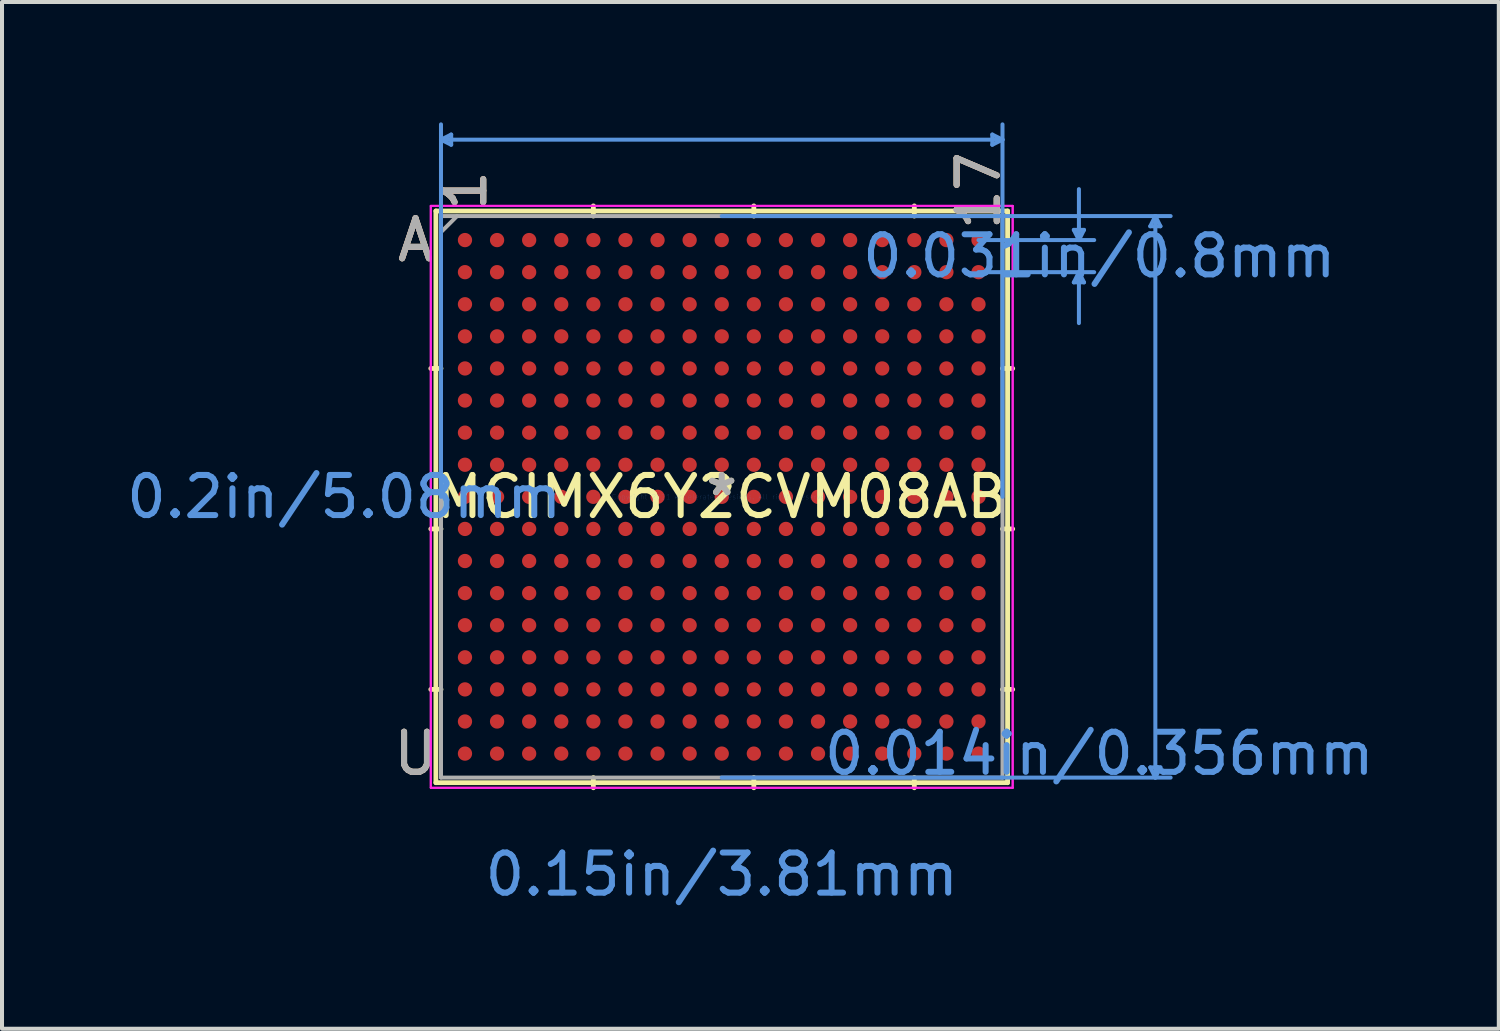
<source format=kicad_pcb>
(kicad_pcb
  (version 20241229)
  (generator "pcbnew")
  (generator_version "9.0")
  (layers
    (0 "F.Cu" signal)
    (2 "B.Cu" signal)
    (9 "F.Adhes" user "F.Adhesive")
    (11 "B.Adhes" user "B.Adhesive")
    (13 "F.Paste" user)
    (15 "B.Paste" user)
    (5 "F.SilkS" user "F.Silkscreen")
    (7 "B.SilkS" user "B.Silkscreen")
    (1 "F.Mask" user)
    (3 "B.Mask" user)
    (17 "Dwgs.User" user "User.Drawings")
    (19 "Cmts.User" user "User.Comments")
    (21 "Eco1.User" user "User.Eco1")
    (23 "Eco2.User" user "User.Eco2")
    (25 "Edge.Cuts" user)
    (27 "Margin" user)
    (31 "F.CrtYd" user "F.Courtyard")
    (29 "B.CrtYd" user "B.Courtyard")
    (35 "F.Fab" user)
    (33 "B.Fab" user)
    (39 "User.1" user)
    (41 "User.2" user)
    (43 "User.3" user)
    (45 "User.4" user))
  (footprint "MCIMX6Y2CVM08AB"
    (layer "F.Cu")
    (at 14.94 9.334)
    (property "Reference" "MCIMX6Y2CVM08AB" (at 0 0 0) (layer "F.SilkS") (effects (font (size 1 1) (thickness 0.15))))
    (attr through_hole)
    (fp_line (start -7.125 -7.125) (end -7.125 7.125) (stroke (width 0.12) (type solid)) (layer "F.SilkS"))
    (fp_line (start -7.125 7.125) (end 7.125 7.125) (stroke (width 0.12) (type solid)) (layer "F.SilkS"))
    (fp_line (start -6.998 -3.2) (end -7.252 -3.2) (stroke (width 0.12) (type solid)) (layer "F.SilkS"))
    (fp_line (start -6.998 0.8) (end -7.252 0.8) (stroke (width 0.12) (type solid)) (layer "F.SilkS"))
    (fp_line (start -6.998 4.8) (end -7.252 4.8) (stroke (width 0.12) (type solid)) (layer "F.SilkS"))
    (fp_line (start -3.2 -6.998) (end -3.2 -7.252) (stroke (width 0.12) (type solid)) (layer "F.SilkS"))
    (fp_line (start -3.2 6.998) (end -3.2 7.252) (stroke (width 0.12) (type solid)) (layer "F.SilkS"))
    (fp_line (start 0.8 -6.998) (end 0.8 -7.252) (stroke (width 0.12) (type solid)) (layer "F.SilkS"))
    (fp_line (start 0.8 6.998) (end 0.8 7.252) (stroke (width 0.12) (type solid)) (layer "F.SilkS"))
    (fp_line (start 4.8 -6.998) (end 4.8 -7.252) (stroke (width 0.12) (type solid)) (layer "F.SilkS"))
    (fp_line (start 4.8 6.998) (end 4.8 7.252) (stroke (width 0.12) (type solid)) (layer "F.SilkS"))
    (fp_line (start 6.998 -3.2) (end 7.252 -3.2) (stroke (width 0.12) (type solid)) (layer "F.SilkS"))
    (fp_line (start 6.998 0.8) (end 7.252 0.8) (stroke (width 0.12) (type solid)) (layer "F.SilkS"))
    (fp_line (start 6.998 4.8) (end 7.252 4.8) (stroke (width 0.12) (type solid)) (layer "F.SilkS"))
    (fp_line (start 7.125 -7.125) (end -7.125 -7.125) (stroke (width 0.12) (type solid)) (layer "F.SilkS"))
    (fp_line (start 7.125 7.125) (end 7.125 -7.125) (stroke (width 0.12) (type solid)) (layer "F.SilkS"))
    (fp_line (start -6.998 -8.903) (end -6.744 -9.03) (stroke (width 0.1) (type solid)) (layer "Cmts.User"))
    (fp_line (start -6.998 -8.903) (end -6.744 -8.776) (stroke (width 0.1) (type solid)) (layer "Cmts.User"))
    (fp_line (start -6.998 -8.903) (end 6.998 -8.903) (stroke (width 0.1) (type solid)) (layer "Cmts.User"))
    (fp_line (start -6.998 0) (end -6.998 -9.284) (stroke (width 0.1) (type solid)) (layer "Cmts.User"))
    (fp_line (start -6.744 -9.03) (end -6.744 -8.776) (stroke (width 0.1) (type solid)) (layer "Cmts.User"))
    (fp_line (start 0 -6.998) (end 11.189 -6.998) (stroke (width 0.1) (type solid)) (layer "Cmts.User"))
    (fp_line (start 0 6.998) (end 11.189 6.998) (stroke (width 0.1) (type solid)) (layer "Cmts.User"))
    (fp_line (start 6.4 -6.4) (end 9.284 -6.4) (stroke (width 0.1) (type solid)) (layer "Cmts.User"))
    (fp_line (start 6.4 -5.6) (end 9.284 -5.6) (stroke (width 0.1) (type solid)) (layer "Cmts.User"))
    (fp_line (start 6.744 -9.03) (end 6.744 -8.776) (stroke (width 0.1) (type solid)) (layer "Cmts.User"))
    (fp_line (start 6.998 -8.903) (end 6.744 -9.03) (stroke (width 0.1) (type solid)) (layer "Cmts.User"))
    (fp_line (start 6.998 -8.903) (end 6.744 -8.776) (stroke (width 0.1) (type solid)) (layer "Cmts.User"))
    (fp_line (start 6.998 0) (end 6.998 -9.284) (stroke (width 0.1) (type solid)) (layer "Cmts.User"))
    (fp_line (start 8.776 -6.654) (end 9.03 -6.654) (stroke (width 0.1) (type solid)) (layer "Cmts.User"))
    (fp_line (start 8.776 -5.346) (end 9.03 -5.346) (stroke (width 0.1) (type solid)) (layer "Cmts.User"))
    (fp_line (start 8.903 -6.4) (end 8.776 -6.654) (stroke (width 0.1) (type solid)) (layer "Cmts.User"))
    (fp_line (start 8.903 -6.4) (end 8.903 -7.67) (stroke (width 0.1) (type solid)) (layer "Cmts.User"))
    (fp_line (start 8.903 -6.4) (end 9.03 -6.654) (stroke (width 0.1) (type solid)) (layer "Cmts.User"))
    (fp_line (start 8.903 -5.6) (end 8.776 -5.346) (stroke (width 0.1) (type solid)) (layer "Cmts.User"))
    (fp_line (start 8.903 -5.6) (end 8.903 -4.33) (stroke (width 0.1) (type solid)) (layer "Cmts.User"))
    (fp_line (start 8.903 -5.6) (end 9.03 -5.346) (stroke (width 0.1) (type solid)) (layer "Cmts.User"))
    (fp_line (start 10.681 -6.744) (end 10.935 -6.744) (stroke (width 0.1) (type solid)) (layer "Cmts.User"))
    (fp_line (start 10.681 6.744) (end 10.935 6.744) (stroke (width 0.1) (type solid)) (layer "Cmts.User"))
    (fp_line (start 10.808 -6.998) (end 10.681 -6.744) (stroke (width 0.1) (type solid)) (layer "Cmts.User"))
    (fp_line (start 10.808 -6.998) (end 10.808 6.998) (stroke (width 0.1) (type solid)) (layer "Cmts.User"))
    (fp_line (start 10.808 -6.998) (end 10.935 -6.744) (stroke (width 0.1) (type solid)) (layer "Cmts.User"))
    (fp_line (start 10.808 6.998) (end 10.681 6.744) (stroke (width 0.1) (type solid)) (layer "Cmts.User"))
    (fp_line (start 10.808 6.998) (end 10.935 6.744) (stroke (width 0.1) (type solid)) (layer "Cmts.User"))
    (fp_line (start -7.252 -7.252) (end 7.252 -7.252) (stroke (width 0.05) (type solid)) (layer "F.CrtYd"))
    (fp_line (start -7.252 -7.252) (end 7.252 -7.252) (stroke (width 0.05) (type solid)) (layer "F.CrtYd"))
    (fp_line (start -7.252 7.252) (end -7.252 -7.252) (stroke (width 0.05) (type solid)) (layer "F.CrtYd"))
    (fp_line (start -7.252 7.252) (end -7.252 -7.252) (stroke (width 0.05) (type solid)) (layer "F.CrtYd"))
    (fp_line (start 7.252 -7.252) (end 7.252 7.252) (stroke (width 0.05) (type solid)) (layer "F.CrtYd"))
    (fp_line (start 7.252 -7.252) (end 7.252 7.252) (stroke (width 0.05) (type solid)) (layer "F.CrtYd"))
    (fp_line (start 7.252 7.252) (end -7.252 7.252) (stroke (width 0.05) (type solid)) (layer "F.CrtYd"))
    (fp_line (start 7.252 7.252) (end -7.252 7.252) (stroke (width 0.05) (type solid)) (layer "F.CrtYd"))
    (fp_line (start -6.998 -6.998) (end -6.998 6.998) (stroke (width 0.1) (type solid)) (layer "F.Fab"))
    (fp_line (start -6.998 6.998) (end 6.998 6.998) (stroke (width 0.1) (type solid)) (layer "F.Fab"))
    (fp_line (start -6.598 -6.998) (end -6.998 -6.598) (stroke (width 0.1) (type solid)) (layer "F.Fab"))
    (fp_line (start 6.998 -6.998) (end -6.998 -6.998) (stroke (width 0.1) (type solid)) (layer "F.Fab"))
    (fp_line (start 6.998 6.998) (end 6.998 -6.998) (stroke (width 0.1) (type solid)) (layer "F.Fab"))
    (fp_text user "A" (at -7.633 -6.4 0) (layer "F.SilkS") (effects (font (size 1 1) (thickness 0.15))))
    (fp_text user "1" (at -6.4 -7.633 90) (layer "F.SilkS") (effects (font (size 1 1) (thickness 0.15))))
    (fp_text user "17" (at 6.4 -7.633 90) (layer "F.SilkS") (effects (font (size 1 1) (thickness 0.15))))
    (fp_text user "*" (at 0 0 0) (layer "F.SilkS") (effects (font (size 1 1) (thickness 0.15))))
    (fp_text user "U" (at -7.633 6.4 0) (layer "F.SilkS") (effects (font (size 1 1) (thickness 0.15))))
    (fp_text user "A" (at -7.633 -6.4 0) (layer "B.SilkS") (effects (font (size 1 1) (thickness 0.15))))
    (fp_text user "17" (at 6.4 -7.633 90) (layer "B.SilkS") (effects (font (size 1 1) (thickness 0.15))))
    (fp_text user "1" (at -6.4 -7.633 90) (layer "B.SilkS") (effects (font (size 1 1) (thickness 0.15))))
    (fp_text user "U" (at -7.633 6.4 0) (layer "B.SilkS") (effects (font (size 1 1) (thickness 0.15))))
    (fp_text user "0.014in/0.356mm" (at 9.411 6.4 0) (layer "Cmts.User") (effects (font (size 1 1) (thickness 0.15))))
    (fp_text user "0.15in/3.81mm" (at 0 9.411 0) (layer "Cmts.User") (effects (font (size 1 1) (thickness 0.15))))
    (fp_text user "0.031in/0.8mm" (at 9.411 -6 0) (layer "Cmts.User") (effects (font (size 1 1) (thickness 0.15))))
    (fp_text user "Copyright 2021 Accelerated Designs. All rights reserved." (at 0 0 0) (layer "Cmts.User") (effects (font (size 0.127 0.127) (thickness 0.002))))
    (fp_text user "0.2in/5.08mm" (at -9.411 0 0) (layer "Cmts.User") (effects (font (size 1 1) (thickness 0.15))))
    (fp_text user "17" (at 6.4 -7.633 90) (layer "F.Fab") (effects (font (size 1 1) (thickness 0.15))))
    (fp_text user "*" (at 0 0 0) (layer "F.Fab") (effects (font (size 1 1) (thickness 0.15))))
    (fp_text user "1" (at -6.4 -7.633 90) (layer "F.Fab") (effects (font (size 1 1) (thickness 0.15))))
    (fp_text user "A" (at -7.633 -6.4 0) (layer "F.Fab") (effects (font (size 1 1) (thickness 0.15))))
    (fp_text user "U" (at -7.633 6.4 0) (layer "F.Fab") (effects (font (size 1 1) (thickness 0.15))))
    (pad "A1" smd circle (at -6.4 -6.4) (size 0.356 0.356) (layers "F.Cu" "F.Mask" "F.Paste"))
    (pad "A2" smd circle (at -5.6 -6.4) (size 0.356 0.356) (layers "F.Cu" "F.Mask" "F.Paste"))
    (pad "A3" smd circle (at -4.8 -6.4) (size 0.356 0.356) (layers "F.Cu" "F.Mask" "F.Paste"))
    (pad "A4" smd circle (at -4 -6.4) (size 0.356 0.356) (layers "F.Cu" "F.Mask" "F.Paste"))
    (pad "A5" smd circle (at -3.2 -6.4) (size 0.356 0.356) (layers "F.Cu" "F.Mask" "F.Paste"))
    (pad "A6" smd circle (at -2.4 -6.4) (size 0.356 0.356) (layers "F.Cu" "F.Mask" "F.Paste"))
    (pad "A7" smd circle (at -1.6 -6.4) (size 0.356 0.356) (layers "F.Cu" "F.Mask" "F.Paste"))
    (pad "A8" smd circle (at -0.8 -6.4) (size 0.356 0.356) (layers "F.Cu" "F.Mask" "F.Paste"))
    (pad "A9" smd circle (at 0 -6.4) (size 0.356 0.356) (layers "F.Cu" "F.Mask" "F.Paste"))
    (pad "A10" smd circle (at 0.8 -6.4) (size 0.356 0.356) (layers "F.Cu" "F.Mask" "F.Paste"))
    (pad "A11" smd circle (at 1.6 -6.4) (size 0.356 0.356) (layers "F.Cu" "F.Mask" "F.Paste"))
    (pad "A12" smd circle (at 2.4 -6.4) (size 0.356 0.356) (layers "F.Cu" "F.Mask" "F.Paste"))
    (pad "A13" smd circle (at 3.2 -6.4) (size 0.356 0.356) (layers "F.Cu" "F.Mask" "F.Paste"))
    (pad "A14" smd circle (at 4 -6.4) (size 0.356 0.356) (layers "F.Cu" "F.Mask" "F.Paste"))
    (pad "A15" smd circle (at 4.8 -6.4) (size 0.356 0.356) (layers "F.Cu" "F.Mask" "F.Paste"))
    (pad "A16" smd circle (at 5.6 -6.4) (size 0.356 0.356) (layers "F.Cu" "F.Mask" "F.Paste"))
    (pad "A17" smd circle (at 6.4 -6.4) (size 0.356 0.356) (layers "F.Cu" "F.Mask" "F.Paste"))
    (pad "B1" smd circle (at -6.4 -5.6) (size 0.356 0.356) (layers "F.Cu" "F.Mask" "F.Paste"))
    (pad "B2" smd circle (at -5.6 -5.6) (size 0.356 0.356) (layers "F.Cu" "F.Mask" "F.Paste"))
    (pad "B3" smd circle (at -4.8 -5.6) (size 0.356 0.356) (layers "F.Cu" "F.Mask" "F.Paste"))
    (pad "B4" smd circle (at -4 -5.6) (size 0.356 0.356) (layers "F.Cu" "F.Mask" "F.Paste"))
    (pad "B5" smd circle (at -3.2 -5.6) (size 0.356 0.356) (layers "F.Cu" "F.Mask" "F.Paste"))
    (pad "B6" smd circle (at -2.4 -5.6) (size 0.356 0.356) (layers "F.Cu" "F.Mask" "F.Paste"))
    (pad "B7" smd circle (at -1.6 -5.6) (size 0.356 0.356) (layers "F.Cu" "F.Mask" "F.Paste"))
    (pad "B8" smd circle (at -0.8 -5.6) (size 0.356 0.356) (layers "F.Cu" "F.Mask" "F.Paste"))
    (pad "B9" smd circle (at 0 -5.6) (size 0.356 0.356) (layers "F.Cu" "F.Mask" "F.Paste"))
    (pad "B10" smd circle (at 0.8 -5.6) (size 0.356 0.356) (layers "F.Cu" "F.Mask" "F.Paste"))
    (pad "B11" smd circle (at 1.6 -5.6) (size 0.356 0.356) (layers "F.Cu" "F.Mask" "F.Paste"))
    (pad "B12" smd circle (at 2.4 -5.6) (size 0.356 0.356) (layers "F.Cu" "F.Mask" "F.Paste"))
    (pad "B13" smd circle (at 3.2 -5.6) (size 0.356 0.356) (layers "F.Cu" "F.Mask" "F.Paste"))
    (pad "B14" smd circle (at 4 -5.6) (size 0.356 0.356) (layers "F.Cu" "F.Mask" "F.Paste"))
    (pad "B15" smd circle (at 4.8 -5.6) (size 0.356 0.356) (layers "F.Cu" "F.Mask" "F.Paste"))
    (pad "B16" smd circle (at 5.6 -5.6) (size 0.356 0.356) (layers "F.Cu" "F.Mask" "F.Paste"))
    (pad "B17" smd circle (at 6.4 -5.6) (size 0.356 0.356) (layers "F.Cu" "F.Mask" "F.Paste"))
    (pad "C1" smd circle (at -6.4 -4.8) (size 0.356 0.356) (layers "F.Cu" "F.Mask" "F.Paste"))
    (pad "C2" smd circle (at -5.6 -4.8) (size 0.356 0.356) (layers "F.Cu" "F.Mask" "F.Paste"))
    (pad "C3" smd circle (at -4.8 -4.8) (size 0.356 0.356) (layers "F.Cu" "F.Mask" "F.Paste"))
    (pad "C4" smd circle (at -4 -4.8) (size 0.356 0.356) (layers "F.Cu" "F.Mask" "F.Paste"))
    (pad "C5" smd circle (at -3.2 -4.8) (size 0.356 0.356) (layers "F.Cu" "F.Mask" "F.Paste"))
    (pad "C6" smd circle (at -2.4 -4.8) (size 0.356 0.356) (layers "F.Cu" "F.Mask" "F.Paste"))
    (pad "C7" smd circle (at -1.6 -4.8) (size 0.356 0.356) (layers "F.Cu" "F.Mask" "F.Paste"))
    (pad "C8" smd circle (at -0.8 -4.8) (size 0.356 0.356) (layers "F.Cu" "F.Mask" "F.Paste"))
    (pad "C9" smd circle (at 0 -4.8) (size 0.356 0.356) (layers "F.Cu" "F.Mask" "F.Paste"))
    (pad "C10" smd circle (at 0.8 -4.8) (size 0.356 0.356) (layers "F.Cu" "F.Mask" "F.Paste"))
    (pad "C11" smd circle (at 1.6 -4.8) (size 0.356 0.356) (layers "F.Cu" "F.Mask" "F.Paste"))
    (pad "C12" smd circle (at 2.4 -4.8) (size 0.356 0.356) (layers "F.Cu" "F.Mask" "F.Paste"))
    (pad "C13" smd circle (at 3.2 -4.8) (size 0.356 0.356) (layers "F.Cu" "F.Mask" "F.Paste"))
    (pad "C14" smd circle (at 4 -4.8) (size 0.356 0.356) (layers "F.Cu" "F.Mask" "F.Paste"))
    (pad "C15" smd circle (at 4.8 -4.8) (size 0.356 0.356) (layers "F.Cu" "F.Mask" "F.Paste"))
    (pad "C16" smd circle (at 5.6 -4.8) (size 0.356 0.356) (layers "F.Cu" "F.Mask" "F.Paste"))
    (pad "C17" smd circle (at 6.4 -4.8) (size 0.356 0.356) (layers "F.Cu" "F.Mask" "F.Paste"))
    (pad "D1" smd circle (at -6.4 -4) (size 0.356 0.356) (layers "F.Cu" "F.Mask" "F.Paste"))
    (pad "D2" smd circle (at -5.6 -4) (size 0.356 0.356) (layers "F.Cu" "F.Mask" "F.Paste"))
    (pad "D3" smd circle (at -4.8 -4) (size 0.356 0.356) (layers "F.Cu" "F.Mask" "F.Paste"))
    (pad "D4" smd circle (at -4 -4) (size 0.356 0.356) (layers "F.Cu" "F.Mask" "F.Paste"))
    (pad "D5" smd circle (at -3.2 -4) (size 0.356 0.356) (layers "F.Cu" "F.Mask" "F.Paste"))
    (pad "D6" smd circle (at -2.4 -4) (size 0.356 0.356) (layers "F.Cu" "F.Mask" "F.Paste"))
    (pad "D7" smd circle (at -1.6 -4) (size 0.356 0.356) (layers "F.Cu" "F.Mask" "F.Paste"))
    (pad "D8" smd circle (at -0.8 -4) (size 0.356 0.356) (layers "F.Cu" "F.Mask" "F.Paste"))
    (pad "D9" smd circle (at 0 -4) (size 0.356 0.356) (layers "F.Cu" "F.Mask" "F.Paste"))
    (pad "D10" smd circle (at 0.8 -4) (size 0.356 0.356) (layers "F.Cu" "F.Mask" "F.Paste"))
    (pad "D11" smd circle (at 1.6 -4) (size 0.356 0.356) (layers "F.Cu" "F.Mask" "F.Paste"))
    (pad "D12" smd circle (at 2.4 -4) (size 0.356 0.356) (layers "F.Cu" "F.Mask" "F.Paste"))
    (pad "D13" smd circle (at 3.2 -4) (size 0.356 0.356) (layers "F.Cu" "F.Mask" "F.Paste"))
    (pad "D14" smd circle (at 4 -4) (size 0.356 0.356) (layers "F.Cu" "F.Mask" "F.Paste"))
    (pad "D15" smd circle (at 4.8 -4) (size 0.356 0.356) (layers "F.Cu" "F.Mask" "F.Paste"))
    (pad "D16" smd circle (at 5.6 -4) (size 0.356 0.356) (layers "F.Cu" "F.Mask" "F.Paste"))
    (pad "D17" smd circle (at 6.4 -4) (size 0.356 0.356) (layers "F.Cu" "F.Mask" "F.Paste"))
    (pad "E1" smd circle (at -6.4 -3.2) (size 0.356 0.356) (layers "F.Cu" "F.Mask" "F.Paste"))
    (pad "E2" smd circle (at -5.6 -3.2) (size 0.356 0.356) (layers "F.Cu" "F.Mask" "F.Paste"))
    (pad "E3" smd circle (at -4.8 -3.2) (size 0.356 0.356) (layers "F.Cu" "F.Mask" "F.Paste"))
    (pad "E4" smd circle (at -4 -3.2) (size 0.356 0.356) (layers "F.Cu" "F.Mask" "F.Paste"))
    (pad "E5" smd circle (at -3.2 -3.2) (size 0.356 0.356) (layers "F.Cu" "F.Mask" "F.Paste"))
    (pad "E6" smd circle (at -2.4 -3.2) (size 0.356 0.356) (layers "F.Cu" "F.Mask" "F.Paste"))
    (pad "E7" smd circle (at -1.6 -3.2) (size 0.356 0.356) (layers "F.Cu" "F.Mask" "F.Paste"))
    (pad "E8" smd circle (at -0.8 -3.2) (size 0.356 0.356) (layers "F.Cu" "F.Mask" "F.Paste"))
    (pad "E9" smd circle (at 0 -3.2) (size 0.356 0.356) (layers "F.Cu" "F.Mask" "F.Paste"))
    (pad "E10" smd circle (at 0.8 -3.2) (size 0.356 0.356) (layers "F.Cu" "F.Mask" "F.Paste"))
    (pad "E11" smd circle (at 1.6 -3.2) (size 0.356 0.356) (layers "F.Cu" "F.Mask" "F.Paste"))
    (pad "E12" smd circle (at 2.4 -3.2) (size 0.356 0.356) (layers "F.Cu" "F.Mask" "F.Paste"))
    (pad "E13" smd circle (at 3.2 -3.2) (size 0.356 0.356) (layers "F.Cu" "F.Mask" "F.Paste"))
    (pad "E14" smd circle (at 4 -3.2) (size 0.356 0.356) (layers "F.Cu" "F.Mask" "F.Paste"))
    (pad "E15" smd circle (at 4.8 -3.2) (size 0.356 0.356) (layers "F.Cu" "F.Mask" "F.Paste"))
    (pad "E16" smd circle (at 5.6 -3.2) (size 0.356 0.356) (layers "F.Cu" "F.Mask" "F.Paste"))
    (pad "E17" smd circle (at 6.4 -3.2) (size 0.356 0.356) (layers "F.Cu" "F.Mask" "F.Paste"))
    (pad "F1" smd circle (at -6.4 -2.4) (size 0.356 0.356) (layers "F.Cu" "F.Mask" "F.Paste"))
    (pad "F2" smd circle (at -5.6 -2.4) (size 0.356 0.356) (layers "F.Cu" "F.Mask" "F.Paste"))
    (pad "F3" smd circle (at -4.8 -2.4) (size 0.356 0.356) (layers "F.Cu" "F.Mask" "F.Paste"))
    (pad "F4" smd circle (at -4 -2.4) (size 0.356 0.356) (layers "F.Cu" "F.Mask" "F.Paste"))
    (pad "F5" smd circle (at -3.2 -2.4) (size 0.356 0.356) (layers "F.Cu" "F.Mask" "F.Paste"))
    (pad "F6" smd circle (at -2.4 -2.4) (size 0.356 0.356) (layers "F.Cu" "F.Mask" "F.Paste"))
    (pad "F7" smd circle (at -1.6 -2.4) (size 0.356 0.356) (layers "F.Cu" "F.Mask" "F.Paste"))
    (pad "F8" smd circle (at -0.8 -2.4) (size 0.356 0.356) (layers "F.Cu" "F.Mask" "F.Paste"))
    (pad "F9" smd circle (at 0 -2.4) (size 0.356 0.356) (layers "F.Cu" "F.Mask" "F.Paste"))
    (pad "F10" smd circle (at 0.8 -2.4) (size 0.356 0.356) (layers "F.Cu" "F.Mask" "F.Paste"))
    (pad "F11" smd circle (at 1.6 -2.4) (size 0.356 0.356) (layers "F.Cu" "F.Mask" "F.Paste"))
    (pad "F12" smd circle (at 2.4 -2.4) (size 0.356 0.356) (layers "F.Cu" "F.Mask" "F.Paste"))
    (pad "F13" smd circle (at 3.2 -2.4) (size 0.356 0.356) (layers "F.Cu" "F.Mask" "F.Paste"))
    (pad "F14" smd circle (at 4 -2.4) (size 0.356 0.356) (layers "F.Cu" "F.Mask" "F.Paste"))
    (pad "F15" smd circle (at 4.8 -2.4) (size 0.356 0.356) (layers "F.Cu" "F.Mask" "F.Paste"))
    (pad "F16" smd circle (at 5.6 -2.4) (size 0.356 0.356) (layers "F.Cu" "F.Mask" "F.Paste"))
    (pad "F17" smd circle (at 6.4 -2.4) (size 0.356 0.356) (layers "F.Cu" "F.Mask" "F.Paste"))
    (pad "G1" smd circle (at -6.4 -1.6) (size 0.356 0.356) (layers "F.Cu" "F.Mask" "F.Paste"))
    (pad "G2" smd circle (at -5.6 -1.6) (size 0.356 0.356) (layers "F.Cu" "F.Mask" "F.Paste"))
    (pad "G3" smd circle (at -4.8 -1.6) (size 0.356 0.356) (layers "F.Cu" "F.Mask" "F.Paste"))
    (pad "G4" smd circle (at -4 -1.6) (size 0.356 0.356) (layers "F.Cu" "F.Mask" "F.Paste"))
    (pad "G5" smd circle (at -3.2 -1.6) (size 0.356 0.356) (layers "F.Cu" "F.Mask" "F.Paste"))
    (pad "G6" smd circle (at -2.4 -1.6) (size 0.356 0.356) (layers "F.Cu" "F.Mask" "F.Paste"))
    (pad "G7" smd circle (at -1.6 -1.6) (size 0.356 0.356) (layers "F.Cu" "F.Mask" "F.Paste"))
    (pad "G8" smd circle (at -0.8 -1.6) (size 0.356 0.356) (layers "F.Cu" "F.Mask" "F.Paste"))
    (pad "G9" smd circle (at 0 -1.6) (size 0.356 0.356) (layers "F.Cu" "F.Mask" "F.Paste"))
    (pad "G10" smd circle (at 0.8 -1.6) (size 0.356 0.356) (layers "F.Cu" "F.Mask" "F.Paste"))
    (pad "G11" smd circle (at 1.6 -1.6) (size 0.356 0.356) (layers "F.Cu" "F.Mask" "F.Paste"))
    (pad "G12" smd circle (at 2.4 -1.6) (size 0.356 0.356) (layers "F.Cu" "F.Mask" "F.Paste"))
    (pad "G13" smd circle (at 3.2 -1.6) (size 0.356 0.356) (layers "F.Cu" "F.Mask" "F.Paste"))
    (pad "G14" smd circle (at 4 -1.6) (size 0.356 0.356) (layers "F.Cu" "F.Mask" "F.Paste"))
    (pad "G15" smd circle (at 4.8 -1.6) (size 0.356 0.356) (layers "F.Cu" "F.Mask" "F.Paste"))
    (pad "G16" smd circle (at 5.6 -1.6) (size 0.356 0.356) (layers "F.Cu" "F.Mask" "F.Paste"))
    (pad "G17" smd circle (at 6.4 -1.6) (size 0.356 0.356) (layers "F.Cu" "F.Mask" "F.Paste"))
    (pad "H1" smd circle (at -6.4 -0.8) (size 0.356 0.356) (layers "F.Cu" "F.Mask" "F.Paste"))
    (pad "H2" smd circle (at -5.6 -0.8) (size 0.356 0.356) (layers "F.Cu" "F.Mask" "F.Paste"))
    (pad "H3" smd circle (at -4.8 -0.8) (size 0.356 0.356) (layers "F.Cu" "F.Mask" "F.Paste"))
    (pad "H4" smd circle (at -4 -0.8) (size 0.356 0.356) (layers "F.Cu" "F.Mask" "F.Paste"))
    (pad "H5" smd circle (at -3.2 -0.8) (size 0.356 0.356) (layers "F.Cu" "F.Mask" "F.Paste"))
    (pad "H6" smd circle (at -2.4 -0.8) (size 0.356 0.356) (layers "F.Cu" "F.Mask" "F.Paste"))
    (pad "H7" smd circle (at -1.6 -0.8) (size 0.356 0.356) (layers "F.Cu" "F.Mask" "F.Paste"))
    (pad "H8" smd circle (at -0.8 -0.8) (size 0.356 0.356) (layers "F.Cu" "F.Mask" "F.Paste"))
    (pad "H9" smd circle (at 0 -0.8) (size 0.356 0.356) (layers "F.Cu" "F.Mask" "F.Paste"))
    (pad "H10" smd circle (at 0.8 -0.8) (size 0.356 0.356) (layers "F.Cu" "F.Mask" "F.Paste"))
    (pad "H11" smd circle (at 1.6 -0.8) (size 0.356 0.356) (layers "F.Cu" "F.Mask" "F.Paste"))
    (pad "H12" smd circle (at 2.4 -0.8) (size 0.356 0.356) (layers "F.Cu" "F.Mask" "F.Paste"))
    (pad "H13" smd circle (at 3.2 -0.8) (size 0.356 0.356) (layers "F.Cu" "F.Mask" "F.Paste"))
    (pad "H14" smd circle (at 4 -0.8) (size 0.356 0.356) (layers "F.Cu" "F.Mask" "F.Paste"))
    (pad "H15" smd circle (at 4.8 -0.8) (size 0.356 0.356) (layers "F.Cu" "F.Mask" "F.Paste"))
    (pad "H16" smd circle (at 5.6 -0.8) (size 0.356 0.356) (layers "F.Cu" "F.Mask" "F.Paste"))
    (pad "H17" smd circle (at 6.4 -0.8) (size 0.356 0.356) (layers "F.Cu" "F.Mask" "F.Paste"))
    (pad "J1" smd circle (at -6.4 0) (size 0.356 0.356) (layers "F.Cu" "F.Mask" "F.Paste"))
    (pad "J2" smd circle (at -5.6 0) (size 0.356 0.356) (layers "F.Cu" "F.Mask" "F.Paste"))
    (pad "J3" smd circle (at -4.8 0) (size 0.356 0.356) (layers "F.Cu" "F.Mask" "F.Paste"))
    (pad "J4" smd circle (at -4 0) (size 0.356 0.356) (layers "F.Cu" "F.Mask" "F.Paste"))
    (pad "J5" smd circle (at -3.2 0) (size 0.356 0.356) (layers "F.Cu" "F.Mask" "F.Paste"))
    (pad "J6" smd circle (at -2.4 0) (size 0.356 0.356) (layers "F.Cu" "F.Mask" "F.Paste"))
    (pad "J7" smd circle (at -1.6 0) (size 0.356 0.356) (layers "F.Cu" "F.Mask" "F.Paste"))
    (pad "J8" smd circle (at -0.8 0) (size 0.356 0.356) (layers "F.Cu" "F.Mask" "F.Paste"))
    (pad "J9" smd circle (at 0 0) (size 0.356 0.356) (layers "F.Cu" "F.Mask" "F.Paste"))
    (pad "J10" smd circle (at 0.8 0) (size 0.356 0.356) (layers "F.Cu" "F.Mask" "F.Paste"))
    (pad "J11" smd circle (at 1.6 0) (size 0.356 0.356) (layers "F.Cu" "F.Mask" "F.Paste"))
    (pad "J12" smd circle (at 2.4 0) (size 0.356 0.356) (layers "F.Cu" "F.Mask" "F.Paste"))
    (pad "J13" smd circle (at 3.2 0) (size 0.356 0.356) (layers "F.Cu" "F.Mask" "F.Paste"))
    (pad "J14" smd circle (at 4 0) (size 0.356 0.356) (layers "F.Cu" "F.Mask" "F.Paste"))
    (pad "J15" smd circle (at 4.8 0) (size 0.356 0.356) (layers "F.Cu" "F.Mask" "F.Paste"))
    (pad "J16" smd circle (at 5.6 0) (size 0.356 0.356) (layers "F.Cu" "F.Mask" "F.Paste"))
    (pad "J17" smd circle (at 6.4 0) (size 0.356 0.356) (layers "F.Cu" "F.Mask" "F.Paste"))
    (pad "K1" smd circle (at -6.4 0.8) (size 0.356 0.356) (layers "F.Cu" "F.Mask" "F.Paste"))
    (pad "K2" smd circle (at -5.6 0.8) (size 0.356 0.356) (layers "F.Cu" "F.Mask" "F.Paste"))
    (pad "K3" smd circle (at -4.8 0.8) (size 0.356 0.356) (layers "F.Cu" "F.Mask" "F.Paste"))
    (pad "K4" smd circle (at -4 0.8) (size 0.356 0.356) (layers "F.Cu" "F.Mask" "F.Paste"))
    (pad "K5" smd circle (at -3.2 0.8) (size 0.356 0.356) (layers "F.Cu" "F.Mask" "F.Paste"))
    (pad "K6" smd circle (at -2.4 0.8) (size 0.356 0.356) (layers "F.Cu" "F.Mask" "F.Paste"))
    (pad "K7" smd circle (at -1.6 0.8) (size 0.356 0.356) (layers "F.Cu" "F.Mask" "F.Paste"))
    (pad "K8" smd circle (at -0.8 0.8) (size 0.356 0.356) (layers "F.Cu" "F.Mask" "F.Paste"))
    (pad "K9" smd circle (at 0 0.8) (size 0.356 0.356) (layers "F.Cu" "F.Mask" "F.Paste"))
    (pad "K10" smd circle (at 0.8 0.8) (size 0.356 0.356) (layers "F.Cu" "F.Mask" "F.Paste"))
    (pad "K11" smd circle (at 1.6 0.8) (size 0.356 0.356) (layers "F.Cu" "F.Mask" "F.Paste"))
    (pad "K12" smd circle (at 2.4 0.8) (size 0.356 0.356) (layers "F.Cu" "F.Mask" "F.Paste"))
    (pad "K13" smd circle (at 3.2 0.8) (size 0.356 0.356) (layers "F.Cu" "F.Mask" "F.Paste"))
    (pad "K14" smd circle (at 4 0.8) (size 0.356 0.356) (layers "F.Cu" "F.Mask" "F.Paste"))
    (pad "K15" smd circle (at 4.8 0.8) (size 0.356 0.356) (layers "F.Cu" "F.Mask" "F.Paste"))
    (pad "K16" smd circle (at 5.6 0.8) (size 0.356 0.356) (layers "F.Cu" "F.Mask" "F.Paste"))
    (pad "K17" smd circle (at 6.4 0.8) (size 0.356 0.356) (layers "F.Cu" "F.Mask" "F.Paste"))
    (pad "L1" smd circle (at -6.4 1.6) (size 0.356 0.356) (layers "F.Cu" "F.Mask" "F.Paste"))
    (pad "L2" smd circle (at -5.6 1.6) (size 0.356 0.356) (layers "F.Cu" "F.Mask" "F.Paste"))
    (pad "L3" smd circle (at -4.8 1.6) (size 0.356 0.356) (layers "F.Cu" "F.Mask" "F.Paste"))
    (pad "L4" smd circle (at -4 1.6) (size 0.356 0.356) (layers "F.Cu" "F.Mask" "F.Paste"))
    (pad "L5" smd circle (at -3.2 1.6) (size 0.356 0.356) (layers "F.Cu" "F.Mask" "F.Paste"))
    (pad "L6" smd circle (at -2.4 1.6) (size 0.356 0.356) (layers "F.Cu" "F.Mask" "F.Paste"))
    (pad "L7" smd circle (at -1.6 1.6) (size 0.356 0.356) (layers "F.Cu" "F.Mask" "F.Paste"))
    (pad "L8" smd circle (at -0.8 1.6) (size 0.356 0.356) (layers "F.Cu" "F.Mask" "F.Paste"))
    (pad "L9" smd circle (at 0 1.6) (size 0.356 0.356) (layers "F.Cu" "F.Mask" "F.Paste"))
    (pad "L10" smd circle (at 0.8 1.6) (size 0.356 0.356) (layers "F.Cu" "F.Mask" "F.Paste"))
    (pad "L11" smd circle (at 1.6 1.6) (size 0.356 0.356) (layers "F.Cu" "F.Mask" "F.Paste"))
    (pad "L12" smd circle (at 2.4 1.6) (size 0.356 0.356) (layers "F.Cu" "F.Mask" "F.Paste"))
    (pad "L13" smd circle (at 3.2 1.6) (size 0.356 0.356) (layers "F.Cu" "F.Mask" "F.Paste"))
    (pad "L14" smd circle (at 4 1.6) (size 0.356 0.356) (layers "F.Cu" "F.Mask" "F.Paste"))
    (pad "L15" smd circle (at 4.8 1.6) (size 0.356 0.356) (layers "F.Cu" "F.Mask" "F.Paste"))
    (pad "L16" smd circle (at 5.6 1.6) (size 0.356 0.356) (layers "F.Cu" "F.Mask" "F.Paste"))
    (pad "L17" smd circle (at 6.4 1.6) (size 0.356 0.356) (layers "F.Cu" "F.Mask" "F.Paste"))
    (pad "M1" smd circle (at -6.4 2.4) (size 0.356 0.356) (layers "F.Cu" "F.Mask" "F.Paste"))
    (pad "M2" smd circle (at -5.6 2.4) (size 0.356 0.356) (layers "F.Cu" "F.Mask" "F.Paste"))
    (pad "M3" smd circle (at -4.8 2.4) (size 0.356 0.356) (layers "F.Cu" "F.Mask" "F.Paste"))
    (pad "M4" smd circle (at -4 2.4) (size 0.356 0.356) (layers "F.Cu" "F.Mask" "F.Paste"))
    (pad "M5" smd circle (at -3.2 2.4) (size 0.356 0.356) (layers "F.Cu" "F.Mask" "F.Paste"))
    (pad "M6" smd circle (at -2.4 2.4) (size 0.356 0.356) (layers "F.Cu" "F.Mask" "F.Paste"))
    (pad "M7" smd circle (at -1.6 2.4) (size 0.356 0.356) (layers "F.Cu" "F.Mask" "F.Paste"))
    (pad "M8" smd circle (at -0.8 2.4) (size 0.356 0.356) (layers "F.Cu" "F.Mask" "F.Paste"))
    (pad "M9" smd circle (at 0 2.4) (size 0.356 0.356) (layers "F.Cu" "F.Mask" "F.Paste"))
    (pad "M10" smd circle (at 0.8 2.4) (size 0.356 0.356) (layers "F.Cu" "F.Mask" "F.Paste"))
    (pad "M11" smd circle (at 1.6 2.4) (size 0.356 0.356) (layers "F.Cu" "F.Mask" "F.Paste"))
    (pad "M12" smd circle (at 2.4 2.4) (size 0.356 0.356) (layers "F.Cu" "F.Mask" "F.Paste"))
    (pad "M13" smd circle (at 3.2 2.4) (size 0.356 0.356) (layers "F.Cu" "F.Mask" "F.Paste"))
    (pad "M14" smd circle (at 4 2.4) (size 0.356 0.356) (layers "F.Cu" "F.Mask" "F.Paste"))
    (pad "M15" smd circle (at 4.8 2.4) (size 0.356 0.356) (layers "F.Cu" "F.Mask" "F.Paste"))
    (pad "M16" smd circle (at 5.6 2.4) (size 0.356 0.356) (layers "F.Cu" "F.Mask" "F.Paste"))
    (pad "M17" smd circle (at 6.4 2.4) (size 0.356 0.356) (layers "F.Cu" "F.Mask" "F.Paste"))
    (pad "N1" smd circle (at -6.4 3.2) (size 0.356 0.356) (layers "F.Cu" "F.Mask" "F.Paste"))
    (pad "N2" smd circle (at -5.6 3.2) (size 0.356 0.356) (layers "F.Cu" "F.Mask" "F.Paste"))
    (pad "N3" smd circle (at -4.8 3.2) (size 0.356 0.356) (layers "F.Cu" "F.Mask" "F.Paste"))
    (pad "N4" smd circle (at -4 3.2) (size 0.356 0.356) (layers "F.Cu" "F.Mask" "F.Paste"))
    (pad "N5" smd circle (at -3.2 3.2) (size 0.356 0.356) (layers "F.Cu" "F.Mask" "F.Paste"))
    (pad "N6" smd circle (at -2.4 3.2) (size 0.356 0.356) (layers "F.Cu" "F.Mask" "F.Paste"))
    (pad "N7" smd circle (at -1.6 3.2) (size 0.356 0.356) (layers "F.Cu" "F.Mask" "F.Paste"))
    (pad "N8" smd circle (at -0.8 3.2) (size 0.356 0.356) (layers "F.Cu" "F.Mask" "F.Paste"))
    (pad "N9" smd circle (at 0 3.2) (size 0.356 0.356) (layers "F.Cu" "F.Mask" "F.Paste"))
    (pad "N10" smd circle (at 0.8 3.2) (size 0.356 0.356) (layers "F.Cu" "F.Mask" "F.Paste"))
    (pad "N11" smd circle (at 1.6 3.2) (size 0.356 0.356) (layers "F.Cu" "F.Mask" "F.Paste"))
    (pad "N12" smd circle (at 2.4 3.2) (size 0.356 0.356) (layers "F.Cu" "F.Mask" "F.Paste"))
    (pad "N13" smd circle (at 3.2 3.2) (size 0.356 0.356) (layers "F.Cu" "F.Mask" "F.Paste"))
    (pad "N14" smd circle (at 4 3.2) (size 0.356 0.356) (layers "F.Cu" "F.Mask" "F.Paste"))
    (pad "N15" smd circle (at 4.8 3.2) (size 0.356 0.356) (layers "F.Cu" "F.Mask" "F.Paste"))
    (pad "N16" smd circle (at 5.6 3.2) (size 0.356 0.356) (layers "F.Cu" "F.Mask" "F.Paste"))
    (pad "N17" smd circle (at 6.4 3.2) (size 0.356 0.356) (layers "F.Cu" "F.Mask" "F.Paste"))
    (pad "P1" smd circle (at -6.4 4) (size 0.356 0.356) (layers "F.Cu" "F.Mask" "F.Paste"))
    (pad "P2" smd circle (at -5.6 4) (size 0.356 0.356) (layers "F.Cu" "F.Mask" "F.Paste"))
    (pad "P3" smd circle (at -4.8 4) (size 0.356 0.356) (layers "F.Cu" "F.Mask" "F.Paste"))
    (pad "P4" smd circle (at -4 4) (size 0.356 0.356) (layers "F.Cu" "F.Mask" "F.Paste"))
    (pad "P5" smd circle (at -3.2 4) (size 0.356 0.356) (layers "F.Cu" "F.Mask" "F.Paste"))
    (pad "P6" smd circle (at -2.4 4) (size 0.356 0.356) (layers "F.Cu" "F.Mask" "F.Paste"))
    (pad "P7" smd circle (at -1.6 4) (size 0.356 0.356) (layers "F.Cu" "F.Mask" "F.Paste"))
    (pad "P8" smd circle (at -0.8 4) (size 0.356 0.356) (layers "F.Cu" "F.Mask" "F.Paste"))
    (pad "P9" smd circle (at 0 4) (size 0.356 0.356) (layers "F.Cu" "F.Mask" "F.Paste"))
    (pad "P10" smd circle (at 0.8 4) (size 0.356 0.356) (layers "F.Cu" "F.Mask" "F.Paste"))
    (pad "P11" smd circle (at 1.6 4) (size 0.356 0.356) (layers "F.Cu" "F.Mask" "F.Paste"))
    (pad "P12" smd circle (at 2.4 4) (size 0.356 0.356) (layers "F.Cu" "F.Mask" "F.Paste"))
    (pad "P13" smd circle (at 3.2 4) (size 0.356 0.356) (layers "F.Cu" "F.Mask" "F.Paste"))
    (pad "P14" smd circle (at 4 4) (size 0.356 0.356) (layers "F.Cu" "F.Mask" "F.Paste"))
    (pad "P15" smd circle (at 4.8 4) (size 0.356 0.356) (layers "F.Cu" "F.Mask" "F.Paste"))
    (pad "P16" smd circle (at 5.6 4) (size 0.356 0.356) (layers "F.Cu" "F.Mask" "F.Paste"))
    (pad "P17" smd circle (at 6.4 4) (size 0.356 0.356) (layers "F.Cu" "F.Mask" "F.Paste"))
    (pad "R1" smd circle (at -6.4 4.8) (size 0.356 0.356) (layers "F.Cu" "F.Mask" "F.Paste"))
    (pad "R2" smd circle (at -5.6 4.8) (size 0.356 0.356) (layers "F.Cu" "F.Mask" "F.Paste"))
    (pad "R3" smd circle (at -4.8 4.8) (size 0.356 0.356) (layers "F.Cu" "F.Mask" "F.Paste"))
    (pad "R4" smd circle (at -4 4.8) (size 0.356 0.356) (layers "F.Cu" "F.Mask" "F.Paste"))
    (pad "R5" smd circle (at -3.2 4.8) (size 0.356 0.356) (layers "F.Cu" "F.Mask" "F.Paste"))
    (pad "R6" smd circle (at -2.4 4.8) (size 0.356 0.356) (layers "F.Cu" "F.Mask" "F.Paste"))
    (pad "R7" smd circle (at -1.6 4.8) (size 0.356 0.356) (layers "F.Cu" "F.Mask" "F.Paste"))
    (pad "R8" smd circle (at -0.8 4.8) (size 0.356 0.356) (layers "F.Cu" "F.Mask" "F.Paste"))
    (pad "R9" smd circle (at 0 4.8) (size 0.356 0.356) (layers "F.Cu" "F.Mask" "F.Paste"))
    (pad "R10" smd circle (at 0.8 4.8) (size 0.356 0.356) (layers "F.Cu" "F.Mask" "F.Paste"))
    (pad "R11" smd circle (at 1.6 4.8) (size 0.356 0.356) (layers "F.Cu" "F.Mask" "F.Paste"))
    (pad "R12" smd circle (at 2.4 4.8) (size 0.356 0.356) (layers "F.Cu" "F.Mask" "F.Paste"))
    (pad "R13" smd circle (at 3.2 4.8) (size 0.356 0.356) (layers "F.Cu" "F.Mask" "F.Paste"))
    (pad "R14" smd circle (at 4 4.8) (size 0.356 0.356) (layers "F.Cu" "F.Mask" "F.Paste"))
    (pad "R15" smd circle (at 4.8 4.8) (size 0.356 0.356) (layers "F.Cu" "F.Mask" "F.Paste"))
    (pad "R16" smd circle (at 5.6 4.8) (size 0.356 0.356) (layers "F.Cu" "F.Mask" "F.Paste"))
    (pad "R17" smd circle (at 6.4 4.8) (size 0.356 0.356) (layers "F.Cu" "F.Mask" "F.Paste"))
    (pad "T1" smd circle (at -6.4 5.6) (size 0.356 0.356) (layers "F.Cu" "F.Mask" "F.Paste"))
    (pad "T2" smd circle (at -5.6 5.6) (size 0.356 0.356) (layers "F.Cu" "F.Mask" "F.Paste"))
    (pad "T3" smd circle (at -4.8 5.6) (size 0.356 0.356) (layers "F.Cu" "F.Mask" "F.Paste"))
    (pad "T4" smd circle (at -4 5.6) (size 0.356 0.356) (layers "F.Cu" "F.Mask" "F.Paste"))
    (pad "T5" smd circle (at -3.2 5.6) (size 0.356 0.356) (layers "F.Cu" "F.Mask" "F.Paste"))
    (pad "T6" smd circle (at -2.4 5.6) (size 0.356 0.356) (layers "F.Cu" "F.Mask" "F.Paste"))
    (pad "T7" smd circle (at -1.6 5.6) (size 0.356 0.356) (layers "F.Cu" "F.Mask" "F.Paste"))
    (pad "T8" smd circle (at -0.8 5.6) (size 0.356 0.356) (layers "F.Cu" "F.Mask" "F.Paste"))
    (pad "T9" smd circle (at 0 5.6) (size 0.356 0.356) (layers "F.Cu" "F.Mask" "F.Paste"))
    (pad "T10" smd circle (at 0.8 5.6) (size 0.356 0.356) (layers "F.Cu" "F.Mask" "F.Paste"))
    (pad "T11" smd circle (at 1.6 5.6) (size 0.356 0.356) (layers "F.Cu" "F.Mask" "F.Paste"))
    (pad "T12" smd circle (at 2.4 5.6) (size 0.356 0.356) (layers "F.Cu" "F.Mask" "F.Paste"))
    (pad "T13" smd circle (at 3.2 5.6) (size 0.356 0.356) (layers "F.Cu" "F.Mask" "F.Paste"))
    (pad "T14" smd circle (at 4 5.6) (size 0.356 0.356) (layers "F.Cu" "F.Mask" "F.Paste"))
    (pad "T15" smd circle (at 4.8 5.6) (size 0.356 0.356) (layers "F.Cu" "F.Mask" "F.Paste"))
    (pad "T16" smd circle (at 5.6 5.6) (size 0.356 0.356) (layers "F.Cu" "F.Mask" "F.Paste"))
    (pad "T17" smd circle (at 6.4 5.6) (size 0.356 0.356) (layers "F.Cu" "F.Mask" "F.Paste"))
    (pad "U1" smd circle (at -6.4 6.4) (size 0.356 0.356) (layers "F.Cu" "F.Mask" "F.Paste"))
    (pad "U2" smd circle (at -5.6 6.4) (size 0.356 0.356) (layers "F.Cu" "F.Mask" "F.Paste"))
    (pad "U3" smd circle (at -4.8 6.4) (size 0.356 0.356) (layers "F.Cu" "F.Mask" "F.Paste"))
    (pad "U4" smd circle (at -4 6.4) (size 0.356 0.356) (layers "F.Cu" "F.Mask" "F.Paste"))
    (pad "U5" smd circle (at -3.2 6.4) (size 0.356 0.356) (layers "F.Cu" "F.Mask" "F.Paste"))
    (pad "U6" smd circle (at -2.4 6.4) (size 0.356 0.356) (layers "F.Cu" "F.Mask" "F.Paste"))
    (pad "U7" smd circle (at -1.6 6.4) (size 0.356 0.356) (layers "F.Cu" "F.Mask" "F.Paste"))
    (pad "U8" smd circle (at -0.8 6.4) (size 0.356 0.356) (layers "F.Cu" "F.Mask" "F.Paste"))
    (pad "U9" smd circle (at 0 6.4) (size 0.356 0.356) (layers "F.Cu" "F.Mask" "F.Paste"))
    (pad "U10" smd circle (at 0.8 6.4) (size 0.356 0.356) (layers "F.Cu" "F.Mask" "F.Paste"))
    (pad "U11" smd circle (at 1.6 6.4) (size 0.356 0.356) (layers "F.Cu" "F.Mask" "F.Paste"))
    (pad "U12" smd circle (at 2.4 6.4) (size 0.356 0.356) (layers "F.Cu" "F.Mask" "F.Paste"))
    (pad "U13" smd circle (at 3.2 6.4) (size 0.356 0.356) (layers "F.Cu" "F.Mask" "F.Paste"))
    (pad "U14" smd circle (at 4 6.4) (size 0.356 0.356) (layers "F.Cu" "F.Mask" "F.Paste"))
    (pad "U15" smd circle (at 4.8 6.4) (size 0.356 0.356) (layers "F.Cu" "F.Mask" "F.Paste"))
    (pad "U16" smd circle (at 5.6 6.4) (size 0.356 0.356) (layers "F.Cu" "F.Mask" "F.Paste"))
    (pad "U17" smd circle (at 6.4 6.4) (size 0.356 0.356) (layers "F.Cu" "F.Mask" "F.Paste")))
  (gr_rect
    (start -3 -3)
    (end 34.309 22.593)
    (stroke (width 0.1) (type default))
    (fill no)
    (layer "Edge.Cuts")))
</source>
